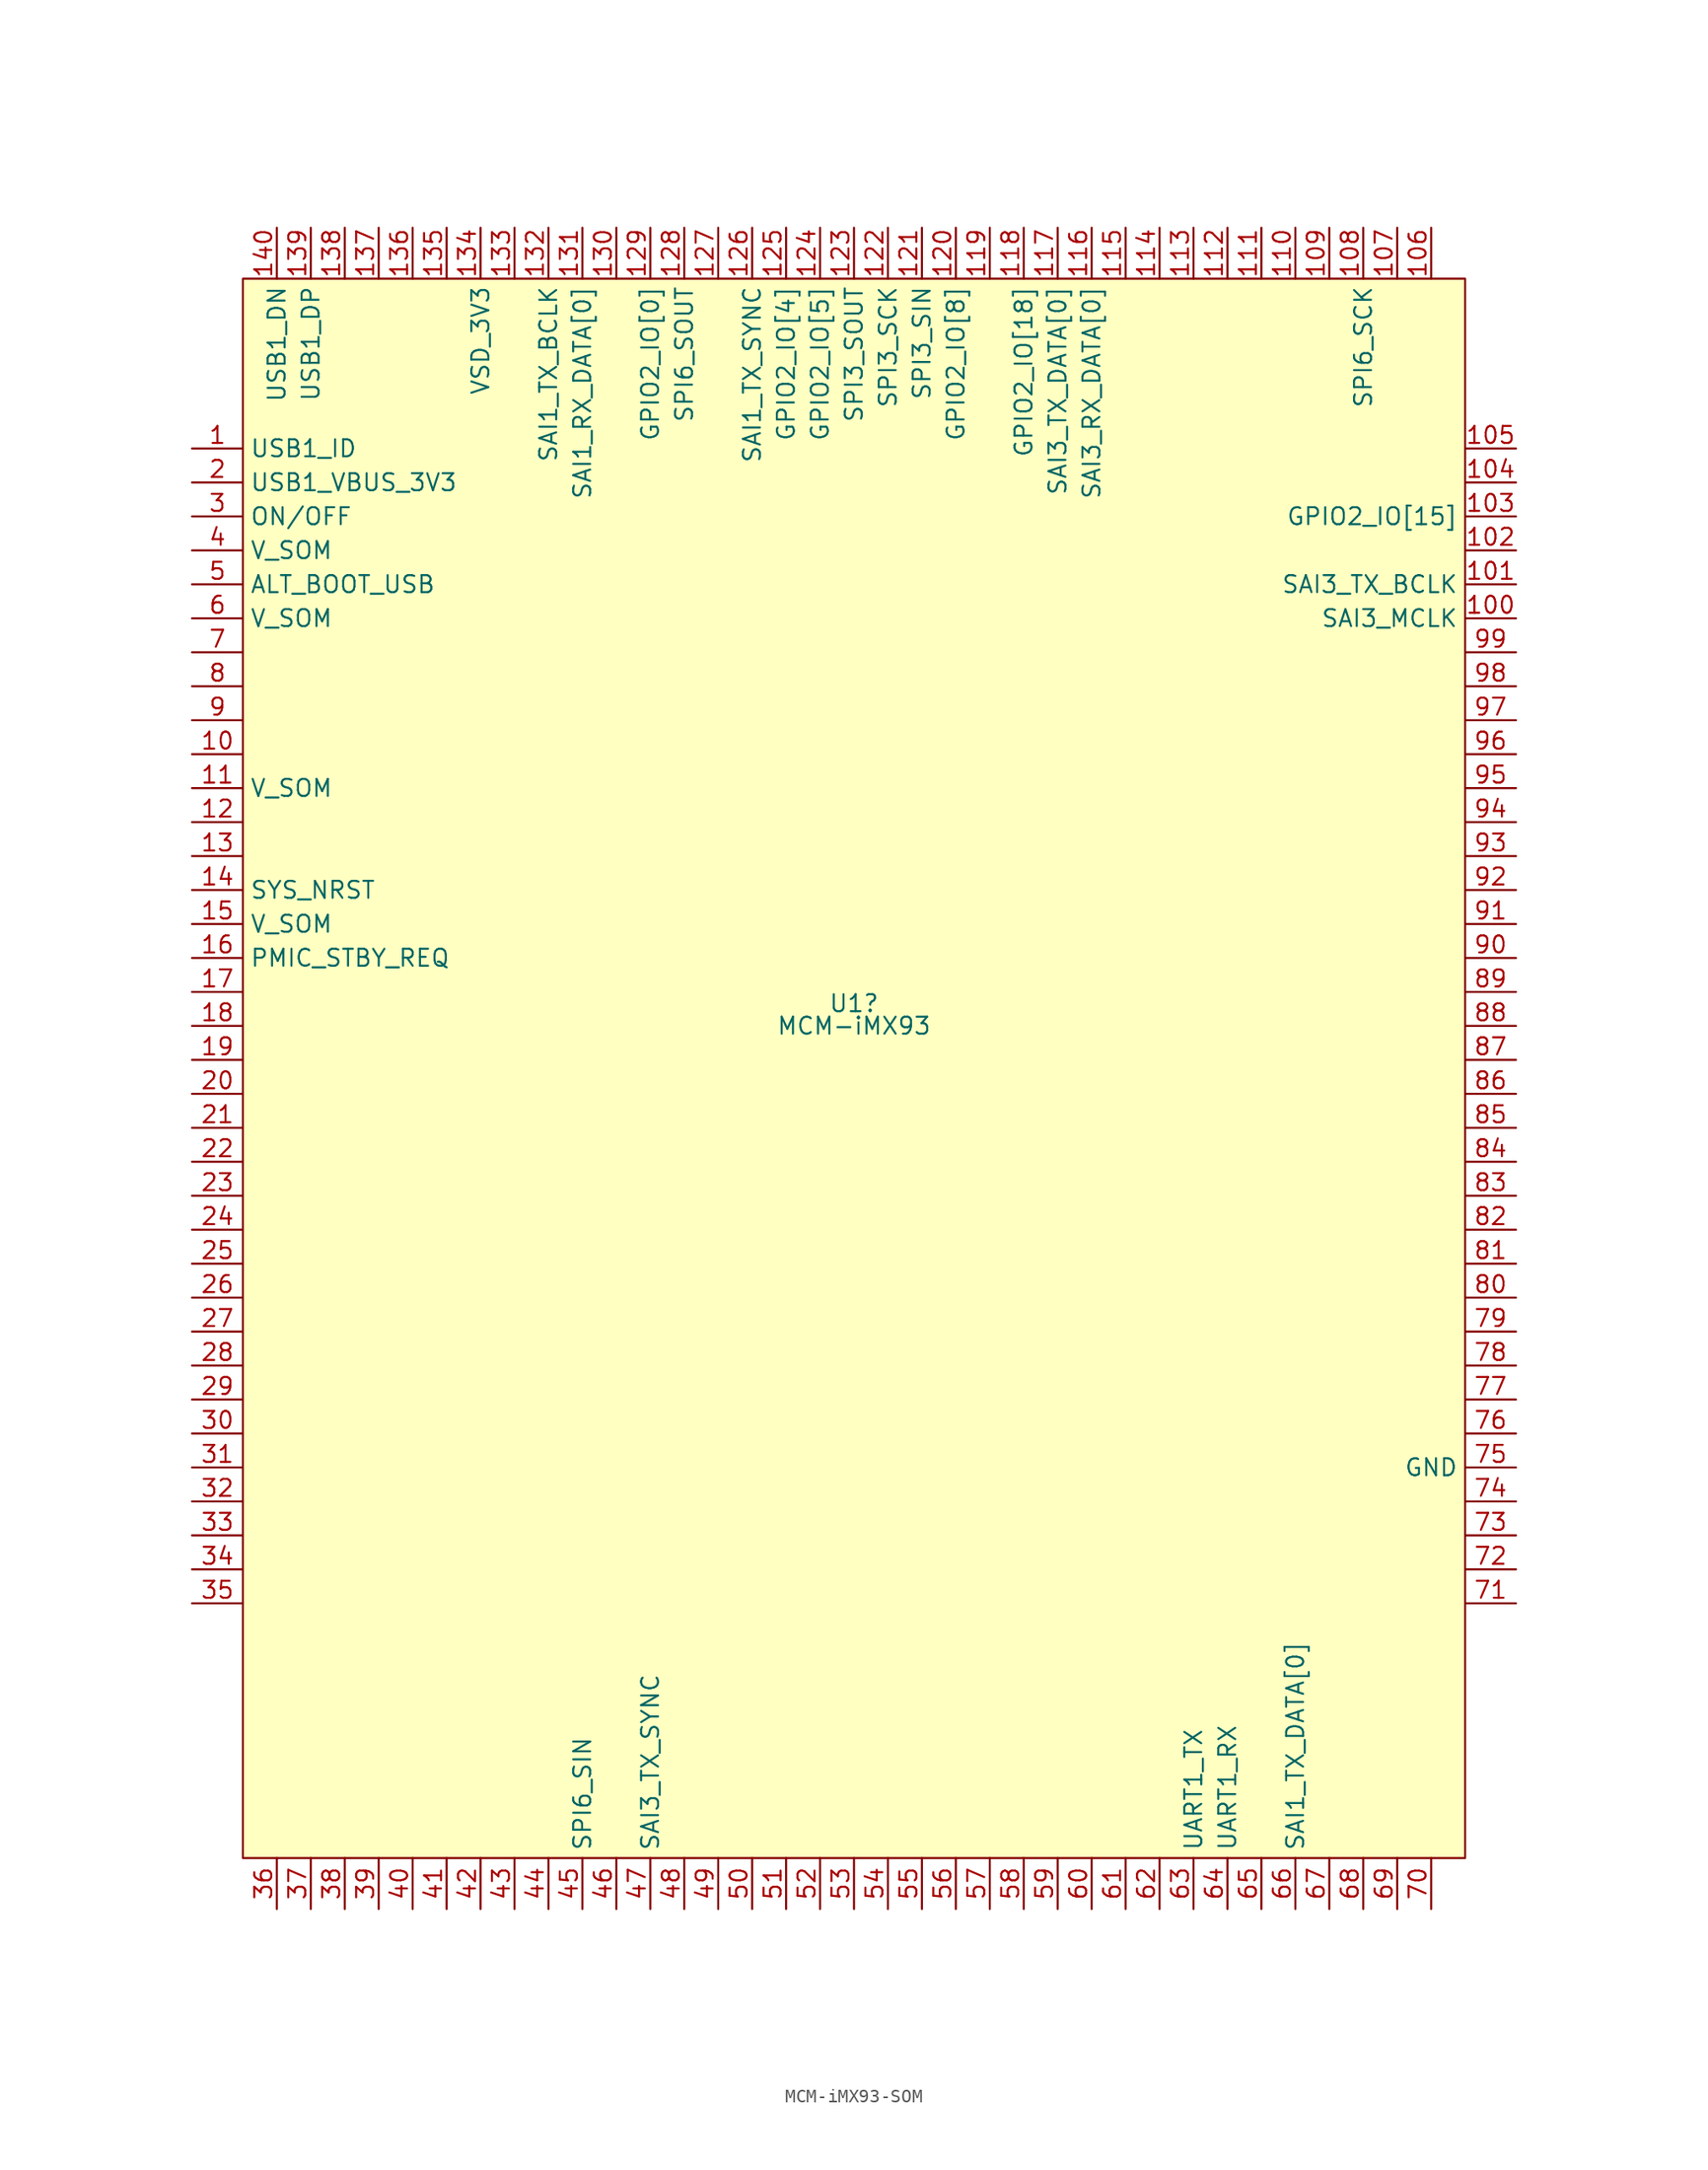
<source format=kicad_sym>
(kicad_symbol_lib
  (version 20241209)
  (generator "kicad_symbol_editor")
  (generator_version "9.0")
  (symbol "MCM-iMX93-SOM"
    (property "Reference" "U1"
      (at 0 1.681 0)
      (effects (font (size 1.27 1.27))))
    (property "Value" "MCM-iMX93"
      (at 0 0 0)
      (effects (font (size 1.27 1.27))))
    (symbol "MCM-iMX93-SOM_1_1"
      (rectangle (start -45.72 55.88) (end 45.72 -62.23) (stroke (width 0) (type solid)) (fill (type background)))
      (pin bidirectional line (at -49.53 43.18 0) (length 3.81) (name "USB1_ID" (effects (font (size 1.27 1.27)))) (number "1" (effects (font (size 1.27 1.27)))))
      (pin bidirectional line (at -49.53 40.64 0) (length 3.81) (name "USB1_VBUS_3V3" (effects (font (size 1.27 1.27)))) (number "2" (effects (font (size 1.27 1.27)))))
      (pin bidirectional line (at -49.53 38.1 0) (length 3.81) (name "ON/OFF" (effects (font (size 1.27 1.27)))) (number "3" (effects (font (size 1.27 1.27)))))
      (pin power_in line (at -49.53 35.56 0) (length 3.81) (name "V_SOM" (effects (font (size 1.27 1.27)))) (number "4" (effects (font (size 1.27 1.27)))))
      (pin bidirectional line (at -49.53 33.02 0) (length 3.81) (name "ALT_BOOT_USB" (effects (font (size 1.27 1.27)))) (number "5" (effects (font (size 1.27 1.27)))))
      (pin power_in line (at -49.53 30.48 0) (length 3.81) (name "V_SOM" (effects (font (size 1.27 1.27)))) (number "6" (effects (font (size 1.27 1.27)))))
      (pin bidirectional line (at -49.53 27.94 0) (length 3.81) (name "" (effects (font (size 1.27 1.27)))) (number "7" (effects (font (size 1.27 1.27)))))
      (pin bidirectional line (at -49.53 25.4 0) (length 3.81) (name "" (effects (font (size 1.27 1.27)))) (number "8" (effects (font (size 1.27 1.27)))))
      (pin bidirectional line (at -49.53 22.86 0) (length 3.81) (name "" (effects (font (size 1.27 1.27)))) (number "9" (effects (font (size 1.27 1.27)))))
      (pin bidirectional line (at -49.53 20.32 0) (length 3.81) (name "" (effects (font (size 1.27 1.27)))) (number "10" (effects (font (size 1.27 1.27)))))
      (pin power_in line (at -49.53 17.78 0) (length 3.81) (name "V_SOM" (effects (font (size 1.27 1.27)))) (number "11" (effects (font (size 1.27 1.27)))))
      (pin bidirectional line (at -49.53 15.24 0) (length 3.81) (name "" (effects (font (size 1.27 1.27)))) (number "12" (effects (font (size 1.27 1.27)))))
      (pin bidirectional line (at -49.53 12.7 0) (length 3.81) (name "" (effects (font (size 1.27 1.27)))) (number "13" (effects (font (size 1.27 1.27)))))
      (pin bidirectional line (at -49.53 10.16 0) (length 3.81) (name "SYS_NRST" (effects (font (size 1.27 1.27)))) (number "14" (effects (font (size 1.27 1.27)))))
      (pin power_in line (at -49.53 7.62 0) (length 3.81) (name "V_SOM" (effects (font (size 1.27 1.27)))) (number "15" (effects (font (size 1.27 1.27)))))
      (pin bidirectional line (at -49.53 5.08 0) (length 3.81) (name "PMIC_STBY_REQ" (effects (font (size 1.27 1.27)))) (number "16" (effects (font (size 1.27 1.27)))))
      (pin bidirectional line (at -49.53 2.54 0) (length 3.81) (name "" (effects (font (size 1.27 1.27)))) (number "17" (effects (font (size 1.27 1.27)))))
      (pin bidirectional line (at -49.53 0 0) (length 3.81) (name "" (effects (font (size 1.27 1.27)))) (number "18" (effects (font (size 1.27 1.27)))))
      (pin bidirectional line (at -49.53 -2.54 0) (length 3.81) (name "" (effects (font (size 1.27 1.27)))) (number "19" (effects (font (size 1.27 1.27)))))
      (pin bidirectional line (at -49.53 -5.08 0) (length 3.81) (name "" (effects (font (size 1.27 1.27)))) (number "20" (effects (font (size 1.27 1.27)))))
      (pin bidirectional line (at -49.53 -7.62 0) (length 3.81) (name "" (effects (font (size 1.27 1.27)))) (number "21" (effects (font (size 1.27 1.27)))))
      (pin bidirectional line (at -49.53 -10.16 0) (length 3.81) (name "" (effects (font (size 1.27 1.27)))) (number "22" (effects (font (size 1.27 1.27)))))
      (pin bidirectional line (at -49.53 -12.7 0) (length 3.81) (name "" (effects (font (size 1.27 1.27)))) (number "23" (effects (font (size 1.27 1.27)))))
      (pin bidirectional line (at -49.53 -15.24 0) (length 3.81) (name "" (effects (font (size 1.27 1.27)))) (number "24" (effects (font (size 1.27 1.27)))))
      (pin bidirectional line (at -49.53 -17.78 0) (length 3.81) (name "" (effects (font (size 1.27 1.27)))) (number "25" (effects (font (size 1.27 1.27)))))
      (pin bidirectional line (at -49.53 -20.32 0) (length 3.81) (name "" (effects (font (size 1.27 1.27)))) (number "26" (effects (font (size 1.27 1.27)))))
      (pin bidirectional line (at -49.53 -22.86 0) (length 3.81) (name "" (effects (font (size 1.27 1.27)))) (number "27" (effects (font (size 1.27 1.27)))))
      (pin bidirectional line (at -49.53 -25.4 0) (length 3.81) (name "" (effects (font (size 1.27 1.27)))) (number "28" (effects (font (size 1.27 1.27)))))
      (pin bidirectional line (at -49.53 -27.94 0) (length 3.81) (name "" (effects (font (size 1.27 1.27)))) (number "29" (effects (font (size 1.27 1.27)))))
      (pin bidirectional line (at -49.53 -30.48 0) (length 3.81) (name "" (effects (font (size 1.27 1.27)))) (number "30" (effects (font (size 1.27 1.27)))))
      (pin bidirectional line (at -49.53 -33.02 0) (length 3.81) (name "" (effects (font (size 1.27 1.27)))) (number "31" (effects (font (size 1.27 1.27)))))
      (pin bidirectional line (at -49.53 -35.56 0) (length 3.81) (name "" (effects (font (size 1.27 1.27)))) (number "32" (effects (font (size 1.27 1.27)))))
      (pin bidirectional line (at -49.53 -38.1 0) (length 3.81) (name "" (effects (font (size 1.27 1.27)))) (number "33" (effects (font (size 1.27 1.27)))))
      (pin bidirectional line (at -49.53 -40.64 0) (length 3.81) (name "" (effects (font (size 1.27 1.27)))) (number "34" (effects (font (size 1.27 1.27)))))
      (pin bidirectional line (at -49.53 -43.18 0) (length 3.81) (name "" (effects (font (size 1.27 1.27)))) (number "35" (effects (font (size 1.27 1.27)))))
      (pin bidirectional line (at -43.18 59.69 270) (length 3.81) (name "USB1_DN" (effects (font (size 1.27 1.27)))) (number "140" (effects (font (size 1.27 1.27)))))
      (pin bidirectional line (at -43.18 -66.04 90) (length 3.81) (name "" (effects (font (size 1.27 1.27)))) (number "36" (effects (font (size 1.27 1.27)))))
      (pin bidirectional line (at -40.64 59.69 270) (length 3.81) (name "USB1_DP" (effects (font (size 1.27 1.27)))) (number "139" (effects (font (size 1.27 1.27)))))
      (pin bidirectional line (at -40.64 -66.04 90) (length 3.81) (name "" (effects (font (size 1.27 1.27)))) (number "37" (effects (font (size 1.27 1.27)))))
      (pin bidirectional line (at -38.1 59.69 270) (length 3.81) (name "" (effects (font (size 1.27 1.27)))) (number "138" (effects (font (size 1.27 1.27)))))
      (pin bidirectional line (at -38.1 -66.04 90) (length 3.81) (name "" (effects (font (size 1.27 1.27)))) (number "38" (effects (font (size 1.27 1.27)))))
      (pin bidirectional line (at -35.56 59.69 270) (length 3.81) (name "" (effects (font (size 1.27 1.27)))) (number "137" (effects (font (size 1.27 1.27)))))
      (pin bidirectional line (at -35.56 -66.04 90) (length 3.81) (name "" (effects (font (size 1.27 1.27)))) (number "39" (effects (font (size 1.27 1.27)))))
      (pin bidirectional line (at -33.02 59.69 270) (length 3.81) (name "" (effects (font (size 1.27 1.27)))) (number "136" (effects (font (size 1.27 1.27)))))
      (pin bidirectional line (at -33.02 -66.04 90) (length 3.81) (name "" (effects (font (size 1.27 1.27)))) (number "40" (effects (font (size 1.27 1.27)))))
      (pin bidirectional line (at -30.48 59.69 270) (length 3.81) (name "" (effects (font (size 1.27 1.27)))) (number "135" (effects (font (size 1.27 1.27)))))
      (pin bidirectional line (at -30.48 -66.04 90) (length 3.81) (name "" (effects (font (size 1.27 1.27)))) (number "41" (effects (font (size 1.27 1.27)))))
      (pin power_out line (at -27.94 59.69 270) (length 3.81) (name "VSD_3V3" (effects (font (size 1.27 1.27)))) (number "134" (effects (font (size 1.27 1.27)))))
      (pin bidirectional line (at -27.94 -66.04 90) (length 3.81) (name "" (effects (font (size 1.27 1.27)))) (number "42" (effects (font (size 1.27 1.27)))))
      (pin bidirectional line (at -25.4 59.69 270) (length 3.81) (name "" (effects (font (size 1.27 1.27)))) (number "133" (effects (font (size 1.27 1.27)))))
      (pin bidirectional line (at -25.4 -66.04 90) (length 3.81) (name "" (effects (font (size 1.27 1.27)))) (number "43" (effects (font (size 1.27 1.27)))))
      (pin bidirectional line (at -22.86 59.69 270) (length 3.81) (name "SAI1_TX_BCLK" (effects (font (size 1.27 1.27)))) (number "132" (effects (font (size 1.27 1.27)))))
      (pin bidirectional line (at -22.86 -66.04 90) (length 3.81) (name "" (effects (font (size 1.27 1.27)))) (number "44" (effects (font (size 1.27 1.27)))))
      (pin bidirectional line (at -20.32 59.69 270) (length 3.81) (name "SAI1_RX_DATA[0]" (effects (font (size 1.27 1.27)))) (number "131" (effects (font (size 1.27 1.27)))))
      (pin bidirectional line (at -20.32 -66.04 90) (length 3.81) (name "SPI6_SIN" (effects (font (size 1.27 1.27)))) (number "45" (effects (font (size 1.27 1.27)))))
      (pin bidirectional line (at -17.78 59.69 270) (length 3.81) (name "" (effects (font (size 1.27 1.27)))) (number "130" (effects (font (size 1.27 1.27)))))
      (pin bidirectional line (at -17.78 -66.04 90) (length 3.81) (name "" (effects (font (size 1.27 1.27)))) (number "46" (effects (font (size 1.27 1.27)))))
      (pin bidirectional line (at -15.24 59.69 270) (length 3.81) (name "GPIO2_IO[0]" (effects (font (size 1.27 1.27)))) (number "129" (effects (font (size 1.27 1.27)))))
      (pin bidirectional line (at -15.24 -66.04 90) (length 3.81) (name "SAI3_TX_SYNC" (effects (font (size 1.27 1.27)))) (number "47" (effects (font (size 1.27 1.27)))))
      (pin bidirectional line (at -12.7 59.69 270) (length 3.81) (name "SPI6_SOUT" (effects (font (size 1.27 1.27)))) (number "128" (effects (font (size 1.27 1.27)))))
      (pin bidirectional line (at -12.7 -66.04 90) (length 3.81) (name "" (effects (font (size 1.27 1.27)))) (number "48" (effects (font (size 1.27 1.27)))))
      (pin bidirectional line (at -10.16 59.69 270) (length 3.81) (name "" (effects (font (size 1.27 1.27)))) (number "127" (effects (font (size 1.27 1.27)))))
      (pin bidirectional line (at -10.16 -66.04 90) (length 3.81) (name "" (effects (font (size 1.27 1.27)))) (number "49" (effects (font (size 1.27 1.27)))))
      (pin bidirectional line (at -7.62 59.69 270) (length 3.81) (name "SAI1_TX_SYNC" (effects (font (size 1.27 1.27)))) (number "126" (effects (font (size 1.27 1.27)))))
      (pin bidirectional line (at -7.62 -66.04 90) (length 3.81) (name "" (effects (font (size 1.27 1.27)))) (number "50" (effects (font (size 1.27 1.27)))))
      (pin bidirectional line (at -5.08 59.69 270) (length 3.81) (name "GPIO2_IO[4]" (effects (font (size 1.27 1.27)))) (number "125" (effects (font (size 1.27 1.27)))))
      (pin bidirectional line (at -5.08 -66.04 90) (length 3.81) (name "" (effects (font (size 1.27 1.27)))) (number "51" (effects (font (size 1.27 1.27)))))
      (pin bidirectional line (at -2.54 59.69 270) (length 3.81) (name "GPIO2_IO[5]" (effects (font (size 1.27 1.27)))) (number "124" (effects (font (size 1.27 1.27)))))
      (pin bidirectional line (at -2.54 -66.04 90) (length 3.81) (name "" (effects (font (size 1.27 1.27)))) (number "52" (effects (font (size 1.27 1.27)))))
      (pin bidirectional line (at 0 59.69 270) (length 3.81) (name "SPI3_SOUT" (effects (font (size 1.27 1.27)))) (number "123" (effects (font (size 1.27 1.27)))))
      (pin bidirectional line (at 0 -66.04 90) (length 3.81) (name "" (effects (font (size 1.27 1.27)))) (number "53" (effects (font (size 1.27 1.27)))))
      (pin bidirectional line (at 2.54 59.69 270) (length 3.81) (name "SPI3_SCK" (effects (font (size 1.27 1.27)))) (number "122" (effects (font (size 1.27 1.27)))))
      (pin bidirectional line (at 2.54 -66.04 90) (length 3.81) (name "" (effects (font (size 1.27 1.27)))) (number "54" (effects (font (size 1.27 1.27)))))
      (pin bidirectional line (at 5.08 59.69 270) (length 3.81) (name "SPI3_SIN" (effects (font (size 1.27 1.27)))) (number "121" (effects (font (size 1.27 1.27)))))
      (pin bidirectional line (at 5.08 -66.04 90) (length 3.81) (name "" (effects (font (size 1.27 1.27)))) (number "55" (effects (font (size 1.27 1.27)))))
      (pin bidirectional line (at 7.62 59.69 270) (length 3.81) (name "GPIO2_IO[8]" (effects (font (size 1.27 1.27)))) (number "120" (effects (font (size 1.27 1.27)))))
      (pin bidirectional line (at 7.62 -66.04 90) (length 3.81) (name "" (effects (font (size 1.27 1.27)))) (number "56" (effects (font (size 1.27 1.27)))))
      (pin bidirectional line (at 10.16 59.69 270) (length 3.81) (name "" (effects (font (size 1.27 1.27)))) (number "119" (effects (font (size 1.27 1.27)))))
      (pin bidirectional line (at 10.16 -66.04 90) (length 3.81) (name "" (effects (font (size 1.27 1.27)))) (number "57" (effects (font (size 1.27 1.27)))))
      (pin bidirectional line (at 12.7 59.69 270) (length 3.81) (name "GPIO2_IO[18]" (effects (font (size 1.27 1.27)))) (number "118" (effects (font (size 1.27 1.27)))))
      (pin bidirectional line (at 12.7 -66.04 90) (length 3.81) (name "" (effects (font (size 1.27 1.27)))) (number "58" (effects (font (size 1.27 1.27)))))
      (pin bidirectional line (at 15.24 59.69 270) (length 3.81) (name "SAI3_TX_DATA[0]" (effects (font (size 1.27 1.27)))) (number "117" (effects (font (size 1.27 1.27)))))
      (pin bidirectional line (at 15.24 -66.04 90) (length 3.81) (name "" (effects (font (size 1.27 1.27)))) (number "59" (effects (font (size 1.27 1.27)))))
      (pin bidirectional line (at 17.78 59.69 270) (length 3.81) (name "SAI3_RX_DATA[0]" (effects (font (size 1.27 1.27)))) (number "116" (effects (font (size 1.27 1.27)))))
      (pin bidirectional line (at 17.78 -66.04 90) (length 3.81) (name "" (effects (font (size 1.27 1.27)))) (number "60" (effects (font (size 1.27 1.27)))))
      (pin bidirectional line (at 20.32 59.69 270) (length 3.81) (name "" (effects (font (size 1.27 1.27)))) (number "115" (effects (font (size 1.27 1.27)))))
      (pin bidirectional line (at 20.32 -66.04 90) (length 3.81) (name "" (effects (font (size 1.27 1.27)))) (number "61" (effects (font (size 1.27 1.27)))))
      (pin bidirectional line (at 22.86 59.69 270) (length 3.81) (name "" (effects (font (size 1.27 1.27)))) (number "114" (effects (font (size 1.27 1.27)))))
      (pin bidirectional line (at 22.86 -66.04 90) (length 3.81) (name "" (effects (font (size 1.27 1.27)))) (number "62" (effects (font (size 1.27 1.27)))))
      (pin bidirectional line (at 25.4 59.69 270) (length 3.81) (name "" (effects (font (size 1.27 1.27)))) (number "113" (effects (font (size 1.27 1.27)))))
      (pin bidirectional line (at 25.4 -66.04 90) (length 3.81) (name "UART1_TX" (effects (font (size 1.27 1.27)))) (number "63" (effects (font (size 1.27 1.27)))))
      (pin bidirectional line (at 27.94 59.69 270) (length 3.81) (name "" (effects (font (size 1.27 1.27)))) (number "112" (effects (font (size 1.27 1.27)))))
      (pin bidirectional line (at 27.94 -66.04 90) (length 3.81) (name "UART1_RX" (effects (font (size 1.27 1.27)))) (number "64" (effects (font (size 1.27 1.27)))))
      (pin bidirectional line (at 30.48 59.69 270) (length 3.81) (name "" (effects (font (size 1.27 1.27)))) (number "111" (effects (font (size 1.27 1.27)))))
      (pin bidirectional line (at 30.48 -66.04 90) (length 3.81) (name "" (effects (font (size 1.27 1.27)))) (number "65" (effects (font (size 1.27 1.27)))))
      (pin bidirectional line (at 33.02 59.69 270) (length 3.81) (name "" (effects (font (size 1.27 1.27)))) (number "110" (effects (font (size 1.27 1.27)))))
      (pin bidirectional line (at 33.02 -66.04 90) (length 3.81) (name "SAI1_TX_DATA[0]" (effects (font (size 1.27 1.27)))) (number "66" (effects (font (size 1.27 1.27)))))
      (pin bidirectional line (at 35.56 59.69 270) (length 3.81) (name "" (effects (font (size 1.27 1.27)))) (number "109" (effects (font (size 1.27 1.27)))))
      (pin bidirectional line (at 35.56 -66.04 90) (length 3.81) (name "" (effects (font (size 1.27 1.27)))) (number "67" (effects (font (size 1.27 1.27)))))
      (pin bidirectional line (at 38.1 59.69 270) (length 3.81) (name "SPI6_SCK" (effects (font (size 1.27 1.27)))) (number "108" (effects (font (size 1.27 1.27)))))
      (pin bidirectional line (at 38.1 -66.04 90) (length 3.81) (name "" (effects (font (size 1.27 1.27)))) (number "68" (effects (font (size 1.27 1.27)))))
      (pin bidirectional line (at 40.64 59.69 270) (length 3.81) (name "" (effects (font (size 1.27 1.27)))) (number "107" (effects (font (size 1.27 1.27)))))
      (pin bidirectional line (at 40.64 -66.04 90) (length 3.81) (name "" (effects (font (size 1.27 1.27)))) (number "69" (effects (font (size 1.27 1.27)))))
      (pin bidirectional line (at 43.18 59.69 270) (length 3.81) (name "" (effects (font (size 1.27 1.27)))) (number "106" (effects (font (size 1.27 1.27)))))
      (pin bidirectional line (at 43.18 -66.04 90) (length 3.81) (name "" (effects (font (size 1.27 1.27)))) (number "70" (effects (font (size 1.27 1.27)))))
      (pin bidirectional line (at 49.53 43.18 180) (length 3.81) (name "" (effects (font (size 1.27 1.27)))) (number "105" (effects (font (size 1.27 1.27)))))
      (pin bidirectional line (at 49.53 40.64 180) (length 3.81) (name "" (effects (font (size 1.27 1.27)))) (number "104" (effects (font (size 1.27 1.27)))))
      (pin bidirectional line (at 49.53 38.1 180) (length 3.81) (name "GPIO2_IO[15]" (effects (font (size 1.27 1.27)))) (number "103" (effects (font (size 1.27 1.27)))))
      (pin bidirectional line (at 49.53 35.56 180) (length 3.81) (name "" (effects (font (size 1.27 1.27)))) (number "102" (effects (font (size 1.27 1.27)))))
      (pin bidirectional line (at 49.53 33.02 180) (length 3.81) (name "SAI3_TX_BCLK" (effects (font (size 1.27 1.27)))) (number "101" (effects (font (size 1.27 1.27)))))
      (pin bidirectional line (at 49.53 30.48 180) (length 3.81) (name "SAI3_MCLK" (effects (font (size 1.27 1.27)))) (number "100" (effects (font (size 1.27 1.27)))))
      (pin bidirectional line (at 49.53 27.94 180) (length 3.81) (name "" (effects (font (size 1.27 1.27)))) (number "99" (effects (font (size 1.27 1.27)))))
      (pin bidirectional line (at 49.53 25.4 180) (length 3.81) (name "" (effects (font (size 1.27 1.27)))) (number "98" (effects (font (size 1.27 1.27)))))
      (pin bidirectional line (at 49.53 22.86 180) (length 3.81) (name "" (effects (font (size 1.27 1.27)))) (number "97" (effects (font (size 1.27 1.27)))))
      (pin bidirectional line (at 49.53 20.32 180) (length 3.81) (name "" (effects (font (size 1.27 1.27)))) (number "96" (effects (font (size 1.27 1.27)))))
      (pin bidirectional line (at 49.53 17.78 180) (length 3.81) (name "" (effects (font (size 1.27 1.27)))) (number "95" (effects (font (size 1.27 1.27)))))
      (pin bidirectional line (at 49.53 15.24 180) (length 3.81) (name "" (effects (font (size 1.27 1.27)))) (number "94" (effects (font (size 1.27 1.27)))))
      (pin bidirectional line (at 49.53 12.7 180) (length 3.81) (name "" (effects (font (size 1.27 1.27)))) (number "93" (effects (font (size 1.27 1.27)))))
      (pin bidirectional line (at 49.53 10.16 180) (length 3.81) (name "" (effects (font (size 1.27 1.27)))) (number "92" (effects (font (size 1.27 1.27)))))
      (pin bidirectional line (at 49.53 7.62 180) (length 3.81) (name "" (effects (font (size 1.27 1.27)))) (number "91" (effects (font (size 1.27 1.27)))))
      (pin bidirectional line (at 49.53 5.08 180) (length 3.81) (name "" (effects (font (size 1.27 1.27)))) (number "90" (effects (font (size 1.27 1.27)))))
      (pin bidirectional line (at 49.53 2.54 180) (length 3.81) (name "" (effects (font (size 1.27 1.27)))) (number "89" (effects (font (size 1.27 1.27)))))
      (pin bidirectional line (at 49.53 0 180) (length 3.81) (name "" (effects (font (size 1.27 1.27)))) (number "88" (effects (font (size 1.27 1.27)))))
      (pin bidirectional line (at 49.53 -2.54 180) (length 3.81) (name "" (effects (font (size 1.27 1.27)))) (number "87" (effects (font (size 1.27 1.27)))))
      (pin bidirectional line (at 49.53 -5.08 180) (length 3.81) (name "" (effects (font (size 1.27 1.27)))) (number "86" (effects (font (size 1.27 1.27)))))
      (pin bidirectional line (at 49.53 -7.62 180) (length 3.81) (name "" (effects (font (size 1.27 1.27)))) (number "85" (effects (font (size 1.27 1.27)))))
      (pin bidirectional line (at 49.53 -10.16 180) (length 3.81) (name "" (effects (font (size 1.27 1.27)))) (number "84" (effects (font (size 1.27 1.27)))))
      (pin bidirectional line (at 49.53 -12.7 180) (length 3.81) (name "" (effects (font (size 1.27 1.27)))) (number "83" (effects (font (size 1.27 1.27)))))
      (pin bidirectional line (at 49.53 -15.24 180) (length 3.81) (name "" (effects (font (size 1.27 1.27)))) (number "82" (effects (font (size 1.27 1.27)))))
      (pin bidirectional line (at 49.53 -17.78 180) (length 3.81) (name "" (effects (font (size 1.27 1.27)))) (number "81" (effects (font (size 1.27 1.27)))))
      (pin bidirectional line (at 49.53 -20.32 180) (length 3.81) (name "" (effects (font (size 1.27 1.27)))) (number "80" (effects (font (size 1.27 1.27)))))
      (pin bidirectional line (at 49.53 -22.86 180) (length 3.81) (name "" (effects (font (size 1.27 1.27)))) (number "79" (effects (font (size 1.27 1.27)))))
      (pin bidirectional line (at 49.53 -25.4 180) (length 3.81) (name "" (effects (font (size 1.27 1.27)))) (number "78" (effects (font (size 1.27 1.27)))))
      (pin bidirectional line (at 49.53 -27.94 180) (length 3.81) (name "" (effects (font (size 1.27 1.27)))) (number "77" (effects (font (size 1.27 1.27)))))
      (pin bidirectional line (at 49.53 -30.48 180) (length 3.81) (name "" (effects (font (size 1.27 1.27)))) (number "76" (effects (font (size 1.27 1.27)))))
      (pin power_in line (at 49.53 -33.02 180) (length 3.81) (name "GND" (effects (font (size 1.27 1.27)))) (number "75" (effects (font (size 1.27 1.27)))))
      (pin power_in line (at 49.53 -33.02 180) (length 3.81) (hide yes) (name "GND" (effects (font (size 1.27 1.27)))) (number "G1" (effects (font (size 1.27 1.27)))))
      (pin power_in line (at 49.53 -33.02 180) (length 3.81) (hide yes) (name "GND" (effects (font (size 1.27 1.27)))) (number "G10" (effects (font (size 1.27 1.27)))))
      (pin power_in line (at 49.53 -33.02 180) (length 3.81) (hide yes) (name "GND" (effects (font (size 1.27 1.27)))) (number "G11" (effects (font (size 1.27 1.27)))))
      (pin power_in line (at 49.53 -33.02 180) (length 3.81) (hide yes) (name "GND" (effects (font (size 1.27 1.27)))) (number "G12" (effects (font (size 1.27 1.27)))))
      (pin power_in line (at 49.53 -33.02 180) (length 3.81) (hide yes) (name "GND" (effects (font (size 1.27 1.27)))) (number "G13" (effects (font (size 1.27 1.27)))))
      (pin power_in line (at 49.53 -33.02 180) (length 3.81) (hide yes) (name "GND" (effects (font (size 1.27 1.27)))) (number "G14" (effects (font (size 1.27 1.27)))))
      (pin power_in line (at 49.53 -33.02 180) (length 3.81) (hide yes) (name "GND" (effects (font (size 1.27 1.27)))) (number "G15" (effects (font (size 1.27 1.27)))))
      (pin power_in line (at 49.53 -33.02 180) (length 3.81) (hide yes) (name "GND" (effects (font (size 1.27 1.27)))) (number "G16" (effects (font (size 1.27 1.27)))))
      (pin power_in line (at 49.53 -33.02 180) (length 3.81) (hide yes) (name "GND" (effects (font (size 1.27 1.27)))) (number "G17" (effects (font (size 1.27 1.27)))))
      (pin power_in line (at 49.53 -33.02 180) (length 3.81) (hide yes) (name "GND" (effects (font (size 1.27 1.27)))) (number "G18" (effects (font (size 1.27 1.27)))))
      (pin power_in line (at 49.53 -33.02 180) (length 3.81) (hide yes) (name "GND" (effects (font (size 1.27 1.27)))) (number "G19" (effects (font (size 1.27 1.27)))))
      (pin power_in line (at 49.53 -33.02 180) (length 3.81) (hide yes) (name "GND" (effects (font (size 1.27 1.27)))) (number "G2" (effects (font (size 1.27 1.27)))))
      (pin power_in line (at 49.53 -33.02 180) (length 3.81) (hide yes) (name "GND" (effects (font (size 1.27 1.27)))) (number "G20" (effects (font (size 1.27 1.27)))))
      (pin power_in line (at 49.53 -33.02 180) (length 3.81) (hide yes) (name "GND" (effects (font (size 1.27 1.27)))) (number "G21" (effects (font (size 1.27 1.27)))))
      (pin power_in line (at 49.53 -33.02 180) (length 3.81) (hide yes) (name "GND" (effects (font (size 1.27 1.27)))) (number "G22" (effects (font (size 1.27 1.27)))))
      (pin power_in line (at 49.53 -33.02 180) (length 3.81) (hide yes) (name "GND" (effects (font (size 1.27 1.27)))) (number "G23" (effects (font (size 1.27 1.27)))))
      (pin power_in line (at 49.53 -33.02 180) (length 3.81) (hide yes) (name "GND" (effects (font (size 1.27 1.27)))) (number "G24" (effects (font (size 1.27 1.27)))))
      (pin power_in line (at 49.53 -33.02 180) (length 3.81) (hide yes) (name "GND" (effects (font (size 1.27 1.27)))) (number "G3" (effects (font (size 1.27 1.27)))))
      (pin power_in line (at 49.53 -33.02 180) (length 3.81) (hide yes) (name "GND" (effects (font (size 1.27 1.27)))) (number "G4" (effects (font (size 1.27 1.27)))))
      (pin power_in line (at 49.53 -33.02 180) (length 3.81) (hide yes) (name "GND" (effects (font (size 1.27 1.27)))) (number "G5" (effects (font (size 1.27 1.27)))))
      (pin power_in line (at 49.53 -33.02 180) (length 3.81) (hide yes) (name "GND" (effects (font (size 1.27 1.27)))) (number "G6" (effects (font (size 1.27 1.27)))))
      (pin power_in line (at 49.53 -33.02 180) (length 3.81) (hide yes) (name "GND" (effects (font (size 1.27 1.27)))) (number "G7" (effects (font (size 1.27 1.27)))))
      (pin power_in line (at 49.53 -33.02 180) (length 3.81) (hide yes) (name "GND" (effects (font (size 1.27 1.27)))) (number "G8" (effects (font (size 1.27 1.27)))))
      (pin power_in line (at 49.53 -33.02 180) (length 3.81) (hide yes) (name "GND" (effects (font (size 1.27 1.27)))) (number "G9" (effects (font (size 1.27 1.27)))))
      (pin bidirectional line (at 49.53 -35.56 180) (length 3.81) (name "" (effects (font (size 1.27 1.27)))) (number "74" (effects (font (size 1.27 1.27)))))
      (pin bidirectional line (at 49.53 -38.1 180) (length 3.81) (name "" (effects (font (size 1.27 1.27)))) (number "73" (effects (font (size 1.27 1.27)))))
      (pin bidirectional line (at 49.53 -40.64 180) (length 3.81) (name "" (effects (font (size 1.27 1.27)))) (number "72" (effects (font (size 1.27 1.27)))))
      (pin bidirectional line (at 49.53 -43.18 180) (length 3.81) (name "" (effects (font (size 1.27 1.27)))) (number "71" (effects (font (size 1.27 1.27))))))))
</source>
